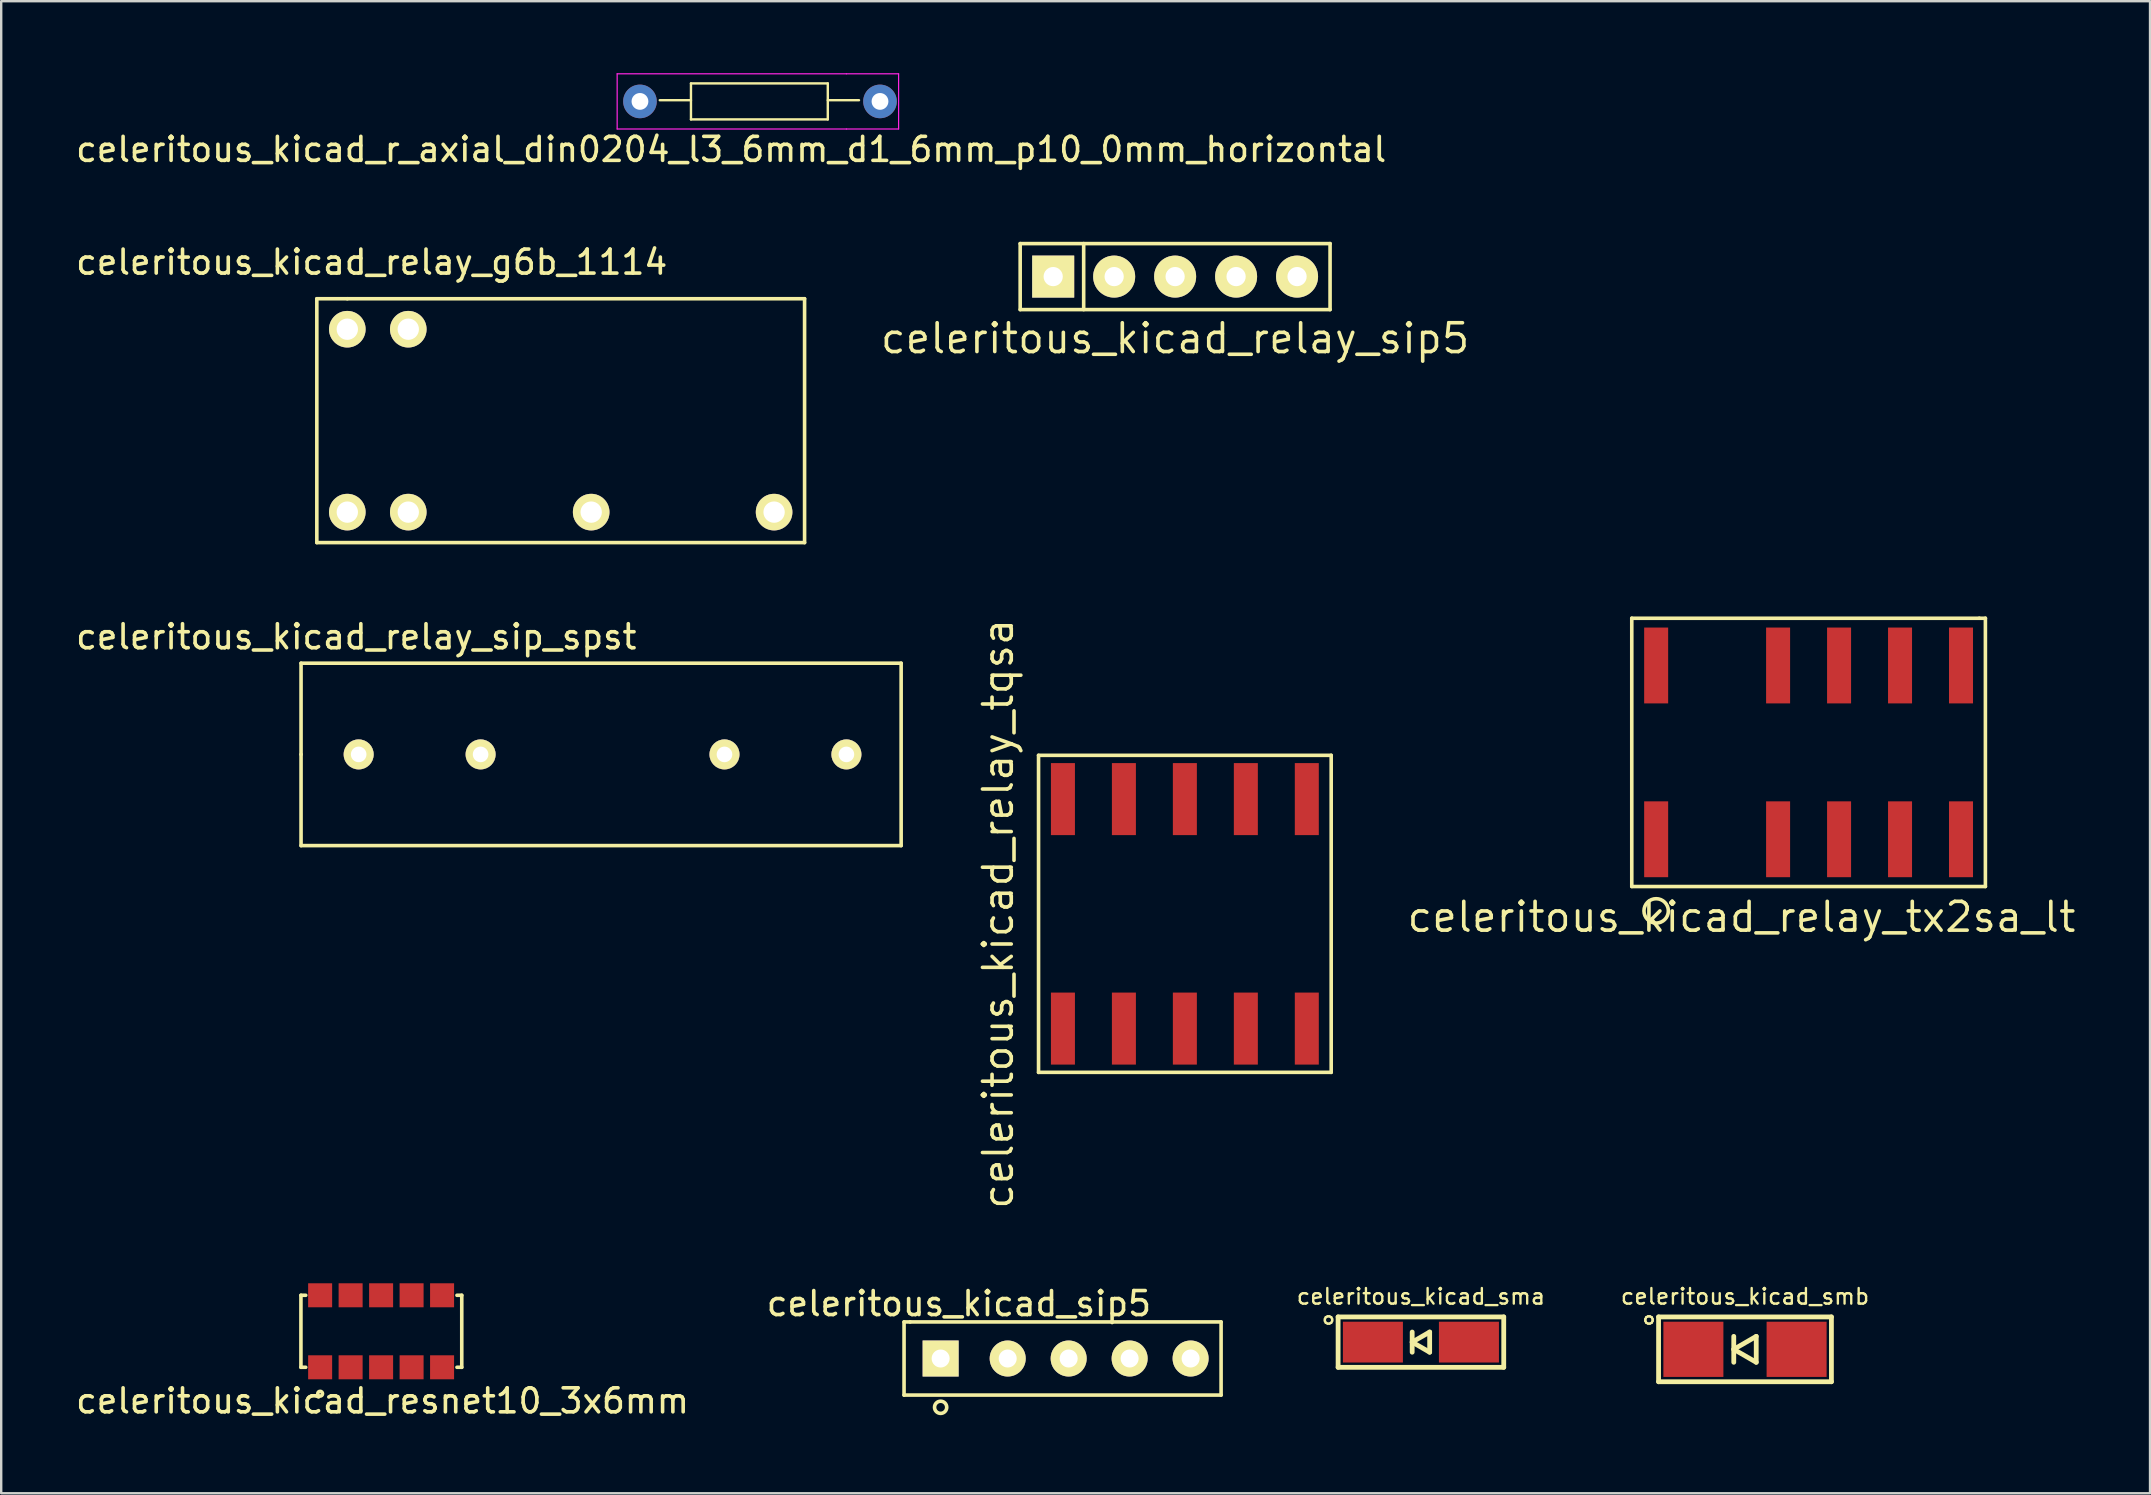
<source format=kicad_pcb>
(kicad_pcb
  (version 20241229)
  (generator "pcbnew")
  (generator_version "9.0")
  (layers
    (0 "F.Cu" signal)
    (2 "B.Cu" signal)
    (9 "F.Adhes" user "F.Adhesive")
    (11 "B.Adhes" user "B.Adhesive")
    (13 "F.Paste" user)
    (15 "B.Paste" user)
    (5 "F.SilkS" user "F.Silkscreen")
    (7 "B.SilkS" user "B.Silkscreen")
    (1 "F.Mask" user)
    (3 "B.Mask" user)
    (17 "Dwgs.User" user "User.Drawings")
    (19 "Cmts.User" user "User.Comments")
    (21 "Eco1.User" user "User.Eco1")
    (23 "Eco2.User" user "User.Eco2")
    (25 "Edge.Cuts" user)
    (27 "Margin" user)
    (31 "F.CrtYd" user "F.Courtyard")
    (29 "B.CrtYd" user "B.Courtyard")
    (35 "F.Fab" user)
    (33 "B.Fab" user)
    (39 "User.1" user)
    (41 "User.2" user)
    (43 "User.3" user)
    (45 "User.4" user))
  (footprint "celeritous_kicad_relay_tqsa"
    (layer "F.Cu")
    (at 46.312 35.021)
    (property "Reference" "celeritous_kicad_relay_tqsa" (at -7.78 0 90) (layer "F.SilkS") (effects (font (size 1.2 1.2) (thickness 0.15))))
    (attr through_hole)
    (fp_line (start -6.096 -6.604) (end -6.096 6.604) (stroke (width 0.15) (type solid)) (layer "F.SilkS"))
    (fp_line (start -6.096 6.604) (end 6.096 6.604) (stroke (width 0.15) (type solid)) (layer "F.SilkS"))
    (fp_line (start 6.096 -6.604) (end -6.096 -6.604) (stroke (width 0.15) (type solid)) (layer "F.SilkS"))
    (fp_line (start 6.096 6.604) (end 6.096 -6.604) (stroke (width 0.15) (type solid)) (layer "F.SilkS"))
    (pad "1" smd rect (at -5.08 4.78) (size 1 3) (layers "F.Cu" "F.Mask" "F.Paste"))
    (pad "2" smd rect (at -2.54 4.78) (size 1 3) (layers "F.Cu" "F.Mask" "F.Paste"))
    (pad "3" smd rect (at 0 4.78) (size 1 3) (layers "F.Cu" "F.Mask" "F.Paste"))
    (pad "4" smd rect (at 2.54 4.78) (size 1 3) (layers "F.Cu" "F.Mask" "F.Paste"))
    (pad "5" smd rect (at 5.08 4.78) (size 1 3) (layers "F.Cu" "F.Mask" "F.Paste"))
    (pad "6" smd rect (at 5.08 -4.78) (size 1 3) (layers "F.Cu" "F.Mask" "F.Paste"))
    (pad "7" smd rect (at 2.54 -4.78) (size 1 3) (layers "F.Cu" "F.Mask" "F.Paste"))
    (pad "8" smd rect (at 0 -4.78) (size 1 3) (layers "F.Cu" "F.Mask" "F.Paste"))
    (pad "9" smd rect (at -2.54 -4.78) (size 1 3) (layers "F.Cu" "F.Mask" "F.Paste"))
    (pad "10" smd rect (at -5.08 -4.78) (size 1 3) (layers "F.Cu" "F.Mask" "F.Paste")))
  (footprint "celeritous_kicad_sma"
    (layer "F.Cu")
    (at 56.146 52.863)
    (property "Reference" "celeritous_kicad_sma" (at 0 -1.9 0) (layer "F.SilkS") (effects (font (size 0.65 0.65) (thickness 0.098))))
    (attr smd)
    (fp_line (start -3.45 -1.05) (end 3.45 -1.05) (stroke (width 0.2) (type solid)) (layer "F.SilkS"))
    (fp_line (start -3.45 1.05) (end -3.45 -1.05) (stroke (width 0.2) (type solid)) (layer "F.SilkS"))
    (fp_line (start -0.364 -0.42) (end -0.364 0.42) (stroke (width 0.2) (type solid)) (layer "F.SilkS"))
    (fp_line (start -0.364 0) (end 0.364 -0.42) (stroke (width 0.2) (type solid)) (layer "F.SilkS"))
    (fp_line (start 0.364 -0.42) (end 0.364 0.42) (stroke (width 0.2) (type solid)) (layer "F.SilkS"))
    (fp_line (start 0.364 0.42) (end -0.364 0) (stroke (width 0.2) (type solid)) (layer "F.SilkS"))
    (fp_line (start 3.45 -1.05) (end 3.45 1.05) (stroke (width 0.2) (type solid)) (layer "F.SilkS"))
    (fp_line (start 3.45 1.05) (end -3.45 1.05) (stroke (width 0.2) (type solid)) (layer "F.SilkS"))
    (fp_text user "○" (at -3.85 -0.95 0) (layer "F.SilkS") (effects (font (size 0.4 0.4) (thickness 0.1))))
    (pad "A" smd rect (at 2 0) (size 2.5 1.7) (layers "F.Cu" "F.Mask" "F.Paste"))
    (pad "K" smd rect (at -2 0) (size 2.5 1.7) (layers "F.Cu" "F.Mask" "F.Paste")))
  (footprint "celeritous_kicad_relay_g6b_1114"
    (layer "F.Cu")
    (at 11.419 10.665)
    (property "Reference" "celeritous_kicad_relay_g6b_1114" (at 1.016 -2.794 0) (layer "F.SilkS") (effects (font (size 1 1) (thickness 0.15))))
    (attr through_hole)
    (fp_line (start -1.27 -1.27) (end -1.27 8.89) (stroke (width 0.15) (type solid)) (layer "F.SilkS"))
    (fp_line (start -1.27 8.89) (end 19.05 8.89) (stroke (width 0.15) (type solid)) (layer "F.SilkS"))
    (fp_line (start 0 -1.27) (end -1.27 -1.27) (stroke (width 0.15) (type solid)) (layer "F.SilkS"))
    (fp_line (start 19.05 -1.27) (end 0 -1.27) (stroke (width 0.15) (type solid)) (layer "F.SilkS"))
    (fp_line (start 19.05 8.89) (end 19.05 -1.27) (stroke (width 0.15) (type solid)) (layer "F.SilkS"))
    (pad "1" thru_hole circle (at 0 0) (size 1.524 1.524) (drill 0.889) (layers "*.Cu" "*.Mask" "F.SilkS"))
    (pad "2" thru_hole circle (at 0 7.62) (size 1.524 1.524) (drill 0.889) (layers "*.Cu" "*.Mask" "F.SilkS"))
    (pad "3" thru_hole circle (at 2.54 0) (size 1.524 1.524) (drill 0.889) (layers "*.Cu" "*.Mask" "F.SilkS"))
    (pad "4" thru_hole circle (at 2.54 7.62) (size 1.524 1.524) (drill 0.889) (layers "*.Cu" "*.Mask" "F.SilkS"))
    (pad "5" thru_hole circle (at 10.16 7.62) (size 1.524 1.524) (drill 0.889) (layers "*.Cu" "*.Mask" "F.SilkS"))
    (pad "6" thru_hole circle (at 17.78 7.62) (size 1.524 1.524) (drill 0.889) (layers "*.Cu" "*.Mask" "F.SilkS")))
  (footprint "celeritous_kicad_resnet10_3x6mm"
    (layer "F.Cu")
    (at 10.287 50.912)
    (property "Reference" "celeritous_kicad_resnet10_3x6mm" (at 2.6 4.4 0) (layer "F.SilkS") (effects (font (size 1 1) (thickness 0.15))))
    (attr through_hole)
    (fp_line (start -0.8 0) (end -0.8 3) (stroke (width 0.15) (type solid)) (layer "F.SilkS"))
    (fp_line (start -0.8 3) (end -0.6 3) (stroke (width 0.15) (type solid)) (layer "F.SilkS"))
    (fp_line (start -0.6 0) (end -0.8 0) (stroke (width 0.15) (type solid)) (layer "F.SilkS"))
    (fp_line (start 5.7 0) (end 5.9 0) (stroke (width 0.15) (type solid)) (layer "F.SilkS"))
    (fp_line (start 5.9 0) (end 5.9 3) (stroke (width 0.15) (type solid)) (layer "F.SilkS"))
    (fp_line (start 5.9 3) (end 5.7 3) (stroke (width 0.15) (type solid)) (layer "F.SilkS"))
    (fp_circle (center 0 4.1) (end 0.1 4.1) (stroke (width 0.15) (type solid)) (fill no) (layer "F.SilkS"))
    (pad "1" smd rect (at 0 3) (size 1 1) (layers "F.Cu" "F.Mask" "F.Paste"))
    (pad "2" smd rect (at 1.27 3) (size 1 1) (layers "F.Cu" "F.Mask" "F.Paste"))
    (pad "3" smd rect (at 2.54 3) (size 1 1) (layers "F.Cu" "F.Mask" "F.Paste"))
    (pad "4" smd rect (at 3.81 3) (size 1 1) (layers "F.Cu" "F.Mask" "F.Paste"))
    (pad "5" smd rect (at 5.08 3) (size 1 1) (layers "F.Cu" "F.Mask" "F.Paste"))
    (pad "6" smd rect (at 5.08 0) (size 1 1) (layers "F.Cu" "F.Mask" "F.Paste"))
    (pad "7" smd rect (at 3.81 0) (size 1 1) (layers "F.Cu" "F.Mask" "F.Paste"))
    (pad "8" smd rect (at 2.54 0) (size 1 1) (layers "F.Cu" "F.Mask" "F.Paste"))
    (pad "9" smd rect (at 1.27 0) (size 1 1) (layers "F.Cu" "F.Mask" "F.Paste"))
    (pad "10" smd rect (at 0 0) (size 1 1) (layers "F.Cu" "F.Mask" "F.Paste")))
  (footprint "celeritous_kicad_relay_sip_spst"
    (layer "F.Cu")
    (at 11.892 28.379)
    (property "Reference" "celeritous_kicad_relay_sip_spst" (at -0.1 -4.9 0) (layer "F.SilkS") (effects (font (size 1 1) (thickness 0.15))))
    (attr through_hole)
    (fp_line (start -2.4 -3.8) (end 22.6 -3.8) (stroke (width 0.15) (type solid)) (layer "F.SilkS"))
    (fp_line (start -2.4 0) (end -2.4 -3.8) (stroke (width 0.15) (type solid)) (layer "F.SilkS"))
    (fp_line (start -2.4 3.8) (end -2.4 0) (stroke (width 0.15) (type solid)) (layer "F.SilkS"))
    (fp_line (start 22.6 -3.8) (end 22.6 3.8) (stroke (width 0.15) (type solid)) (layer "F.SilkS"))
    (fp_line (start 22.6 3.8) (end -2.4 3.8) (stroke (width 0.15) (type solid)) (layer "F.SilkS"))
    (pad "1" thru_hole circle (at 0 0) (size 1.25 1.25) (drill 0.65) (layers "*.Cu" "*.Mask" "F.SilkS"))
    (pad "2" thru_hole circle (at 5.08 0) (size 1.25 1.25) (drill 0.65) (layers "*.Cu" "*.Mask" "F.SilkS"))
    (pad "3" thru_hole circle (at 15.24 0) (size 1.25 1.25) (drill 0.65) (layers "*.Cu" "*.Mask" "F.SilkS"))
    (pad "4" thru_hole circle (at 20.32 0) (size 1.25 1.25) (drill 0.65) (layers "*.Cu" "*.Mask" "F.SilkS")))
  (footprint "celeritous_kicad_relay_tx2sa_lt"
    (layer "F.Cu")
    (at 72.296 28.294)
    (property "Reference" "celeritous_kicad_relay_tx2sa_lt" (at -2.794 6.858 180) (layer "F.SilkS") (effects (font (size 1.2 1.2) (thickness 0.15))))
    (attr through_hole)
    (fp_line (start -7.366 -5.588) (end -7.366 5.588) (stroke (width 0.15) (type solid)) (layer "F.SilkS"))
    (fp_line (start -7.366 5.588) (end 7.366 5.588) (stroke (width 0.15) (type solid)) (layer "F.SilkS"))
    (fp_line (start 7.112 -5.588) (end -7.366 -5.588) (stroke (width 0.15) (type solid)) (layer "F.SilkS"))
    (fp_line (start 7.366 -5.588) (end 7.112 -5.588) (stroke (width 0.15) (type solid)) (layer "F.SilkS"))
    (fp_line (start 7.366 5.588) (end 7.366 -5.588) (stroke (width 0.15) (type solid)) (layer "F.SilkS"))
    (fp_circle (center -6.35 6.604) (end -5.842 6.604) (stroke (width 0.15) (type solid)) (fill no) (layer "F.SilkS"))
    (pad "1" smd rect (at -6.35 3.62) (size 1 3.16) (layers "F.Cu" "F.Mask" "F.Paste"))
    (pad "3" smd rect (at -1.27 3.62) (size 1 3.16) (layers "F.Cu" "F.Mask" "F.Paste"))
    (pad "4" smd rect (at 1.27 3.62) (size 1 3.16) (layers "F.Cu" "F.Mask" "F.Paste"))
    (pad "5" smd rect (at 3.81 3.62) (size 1 3.16) (layers "F.Cu" "F.Mask" "F.Paste"))
    (pad "6" smd rect (at 6.35 3.62) (size 1 3.16) (layers "F.Cu" "F.Mask" "F.Paste"))
    (pad "7" smd rect (at 6.35 -3.62) (size 1 3.16) (layers "F.Cu" "F.Mask" "F.Paste"))
    (pad "8" smd rect (at 3.81 -3.62) (size 1 3.16) (layers "F.Cu" "F.Mask" "F.Paste"))
    (pad "9" smd rect (at 1.27 -3.62) (size 1 3.16) (layers "F.Cu" "F.Mask" "F.Paste"))
    (pad "10" smd rect (at -1.27 -3.62) (size 1 3.16) (layers "F.Cu" "F.Mask" "F.Paste"))
    (pad "12" smd rect (at -6.35 -3.62) (size 1 3.16) (layers "F.Cu" "F.Mask" "F.Paste")))
  (footprint "celeritous_kicad_r_axial_din0204_l3_6mm_d1_6mm_p10_0mm_horizontal"
    (layer "F.Cu")
    (at 23.611 1.2)
    (property "Reference" "celeritous_kicad_r_axial_din0204_l3_6mm_d1_6mm_p10_0mm_horizontal" (at 3.8 1.975 0) (layer "F.SilkS") (effects (font (size 1 1) (thickness 0.15))))
    (attr through_hole)
    (fp_line (start 2.125 -0.775) (end 7.825 -0.775) (stroke (width 0.1) (type solid)) (layer "F.SilkS"))
    (fp_line (start 2.125 -0.075) (end 0.825 -0.075) (stroke (width 0.1) (type solid)) (layer "F.SilkS"))
    (fp_line (start 2.125 0.725) (end 2.125 -0.775) (stroke (width 0.1) (type solid)) (layer "F.SilkS"))
    (fp_line (start 7.825 -0.775) (end 7.825 0.725) (stroke (width 0.1) (type solid)) (layer "F.SilkS"))
    (fp_line (start 7.825 -0.075) (end 9.125 -0.075) (stroke (width 0.1) (type solid)) (layer "F.SilkS"))
    (fp_line (start 7.825 0.725) (end 2.125 0.725) (stroke (width 0.1) (type solid)) (layer "F.SilkS"))
    (fp_line (start -0.95 -1.175) (end -0.95 1.125) (stroke (width 0.05) (type solid)) (layer "F.CrtYd"))
    (fp_line (start -0.95 1.125) (end 8.6 1.125) (stroke (width 0.05) (type solid)) (layer "F.CrtYd"))
    (fp_line (start 8.6 -1.175) (end -0.95 -1.175) (stroke (width 0.05) (type solid)) (layer "F.CrtYd"))
    (fp_line (start 8.6 -1.175) (end 10.775 -1.175) (stroke (width 0.05) (type solid)) (layer "F.CrtYd"))
    (fp_line (start 8.6 1.125) (end 10.775 1.125) (stroke (width 0.05) (type solid)) (layer "F.CrtYd"))
    (fp_line (start 10.775 1.125) (end 10.775 -1.175) (stroke (width 0.05) (type solid)) (layer "F.CrtYd"))
    (pad "1" thru_hole circle (at 0 -0.025) (size 1.4 1.4) (drill 0.7) (layers "*.Cu" "*.Mask"))
    (pad "2" thru_hole oval (at 10 -0.025) (size 1.4 1.4) (drill 0.7) (layers "*.Cu" "*.Mask")))
  (footprint "celeritous_kicad_sip5"
    (layer "F.Cu")
    (at 36.137 53.546)
    (property "Reference" "celeritous_kicad_sip5" (at 0.762 -2.286 0) (layer "F.SilkS") (effects (font (size 1 1) (thickness 0.15))))
    (attr through_hole)
    (fp_line (start -1.524 -1.524) (end -1.27 -1.524) (stroke (width 0.15) (type solid)) (layer "F.SilkS"))
    (fp_line (start -1.524 1.524) (end -1.524 -1.524) (stroke (width 0.15) (type solid)) (layer "F.SilkS"))
    (fp_line (start -1.27 -1.524) (end 11.684 -1.524) (stroke (width 0.15) (type solid)) (layer "F.SilkS"))
    (fp_line (start 11.684 -1.524) (end 11.684 1.524) (stroke (width 0.15) (type solid)) (layer "F.SilkS"))
    (fp_line (start 11.684 1.524) (end -1.524 1.524) (stroke (width 0.15) (type solid)) (layer "F.SilkS"))
    (fp_circle (center 0 2.032) (end 0.254 2.032) (stroke (width 0.15) (type solid)) (fill no) (layer "F.SilkS"))
    (pad "1" thru_hole rect (at 0 0) (size 1.5 1.5) (drill 0.75) (layers "*.Cu" "*.Mask" "F.SilkS"))
    (pad "2" thru_hole circle (at 2.794 0) (size 1.5 1.5) (drill 0.75) (layers "*.Cu" "*.Mask" "F.SilkS"))
    (pad "3" thru_hole circle (at 5.334 0) (size 1.5 1.5) (drill 0.75) (layers "*.Cu" "*.Mask" "F.SilkS"))
    (pad "4" thru_hole circle (at 7.874 0) (size 1.5 1.5) (drill 0.75) (layers "*.Cu" "*.Mask" "F.SilkS"))
    (pad "5" thru_hole circle (at 10.414 0) (size 1.5 1.5) (drill 0.75) (layers "*.Cu" "*.Mask" "F.SilkS")))
  (footprint "celeritous_kicad_smb"
    (layer "F.Cu")
    (at 69.647 53.163)
    (property "Reference" "celeritous_kicad_smb" (at 0 -2.2 0) (layer "F.SilkS") (effects (font (size 0.65 0.65) (thickness 0.098))))
    (attr smd)
    (fp_line (start -3.6 -1.35) (end 3.6 -1.35) (stroke (width 0.2) (type solid)) (layer "F.SilkS"))
    (fp_line (start -3.6 1.35) (end -3.6 -1.35) (stroke (width 0.2) (type solid)) (layer "F.SilkS"))
    (fp_line (start -0.468 -0.54) (end -0.468 0.54) (stroke (width 0.2) (type solid)) (layer "F.SilkS"))
    (fp_line (start -0.468 0) (end 0.468 -0.54) (stroke (width 0.2) (type solid)) (layer "F.SilkS"))
    (fp_line (start 0.468 -0.54) (end 0.468 0.54) (stroke (width 0.2) (type solid)) (layer "F.SilkS"))
    (fp_line (start 0.468 0.54) (end -0.468 0) (stroke (width 0.2) (type solid)) (layer "F.SilkS"))
    (fp_line (start 3.6 -1.35) (end 3.6 1.35) (stroke (width 0.2) (type solid)) (layer "F.SilkS"))
    (fp_line (start 3.6 1.35) (end -3.6 1.35) (stroke (width 0.2) (type solid)) (layer "F.SilkS"))
    (fp_text user "○" (at -4 -1.25 0) (layer "F.SilkS") (effects (font (size 0.4 0.4) (thickness 0.1))))
    (pad "A" smd rect (at 2.15 0) (size 2.5 2.3) (layers "F.Cu" "F.Mask" "F.Paste"))
    (pad "K" smd rect (at -2.15 0) (size 2.5 2.3) (layers "F.Cu" "F.Mask" "F.Paste")))
  (footprint "celeritous_kicad_relay_sip5"
    (layer "F.Cu")
    (at 45.906 8.473)
    (property "Reference" "celeritous_kicad_relay_sip5" (at 0 2.575 0) (layer "F.SilkS") (effects (font (size 1.2 1.2) (thickness 0.15))))
    (attr through_hole)
    (fp_line (start -6.455 -1.375) (end 6.455 -1.375) (stroke (width 0.15) (type solid)) (layer "F.SilkS"))
    (fp_line (start -6.455 1.375) (end -6.455 -1.375) (stroke (width 0.15) (type solid)) (layer "F.SilkS"))
    (fp_line (start -3.81 -1.375) (end -3.81 1.375) (stroke (width 0.15) (type solid)) (layer "F.SilkS"))
    (fp_line (start 6.455 -1.375) (end 6.455 1.375) (stroke (width 0.15) (type solid)) (layer "F.SilkS"))
    (fp_line (start 6.455 1.375) (end -6.455 1.375) (stroke (width 0.15) (type solid)) (layer "F.SilkS"))
    (pad "1" thru_hole rect (at -5.08 0) (size 1.75 1.75) (drill 0.8) (layers "*.Cu" "*.Mask" "F.SilkS"))
    (pad "2" thru_hole circle (at -2.54 0) (size 1.75 1.75) (drill 0.8) (layers "*.Cu" "*.Mask" "F.SilkS"))
    (pad "3" thru_hole circle (at 0 0) (size 1.75 1.75) (drill 0.8) (layers "*.Cu" "*.Mask" "F.SilkS"))
    (pad "4" thru_hole circle (at 2.54 0) (size 1.75 1.75) (drill 0.8) (layers "*.Cu" "*.Mask" "F.SilkS"))
    (pad "5" thru_hole circle (at 5.08 0) (size 1.75 1.75) (drill 0.8) (layers "*.Cu" "*.Mask" "F.SilkS")))
  (gr_rect
    (start -3 -3)
    (end 86.521 59.16)
    (stroke (width 0.1) (type default))
    (fill no)
    (layer "Edge.Cuts")))
</source>
